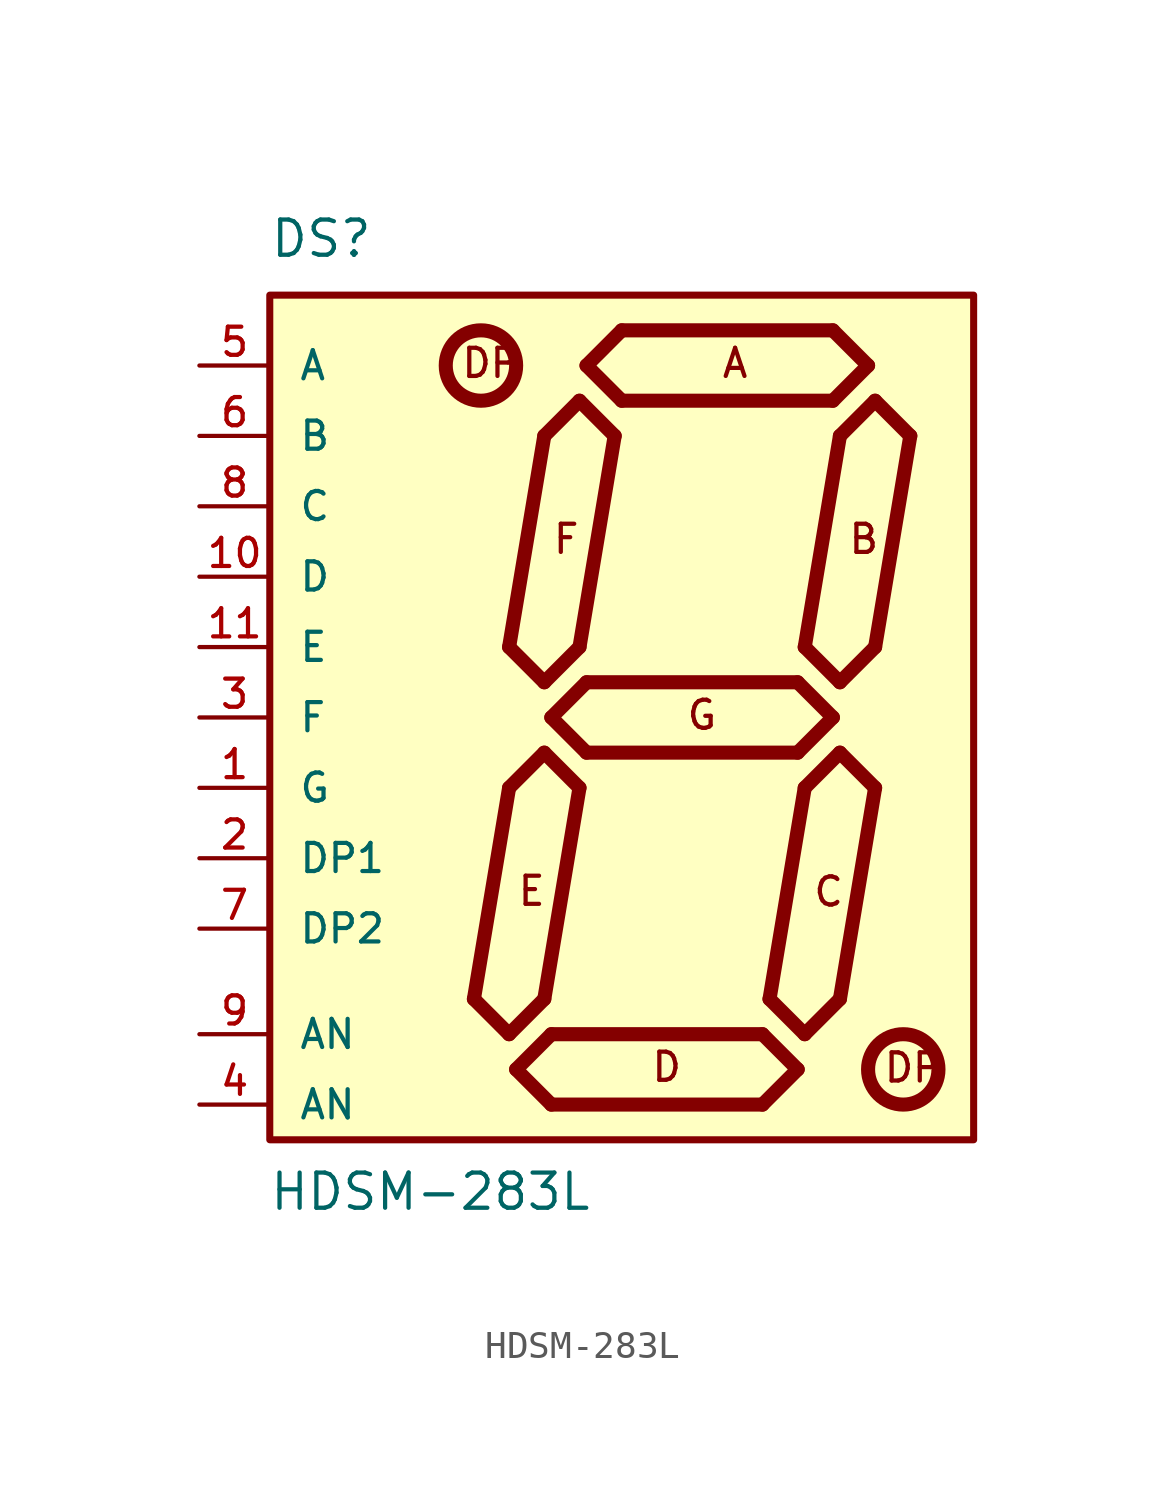
<source format=kicad_sym>
(kicad_symbol_lib
  (version 20211014)
  (generator kicad_symbol_editor)
  (symbol "HDSM-283L"
    (pin_names
      (offset 1.016))
    (property "Reference" "DS"
      (at -15.265 16.535 0)
      (effects (font (size 1.27 1.27)) (justify left bottom)))
    (property "Value" "HDSM-283L"
      (at -15.291 -17.856 0)
      (effects (font (size 1.27 1.27)) (justify left bottom)))
    (symbol "HDSM-283L_0_0"
      (rectangle (start -15.24 -15.24) (end 10.16 15.24) (stroke (width 0.254) (type default) (color 0 0 0 0)) (fill (type background)))
      (circle (center -7.62 12.7) (radius 1.27) (stroke (width 0.508) (type default) (color 0 0 0 0)) (fill (type none)))
      (polyline (pts (xy -7.874 -10.16) (xy -6.604 -11.43)) (stroke (width 0.508) (type default) (color 0 0 0 0)) (fill (type none)))
      (polyline (pts (xy -6.604 -11.43) (xy -5.334 -10.16)) (stroke (width 0.508) (type default) (color 0 0 0 0)) (fill (type none)))
      (polyline (pts (xy -6.604 -2.54) (xy -7.874 -10.16)) (stroke (width 0.508) (type default) (color 0 0 0 0)) (fill (type none)))
      (polyline (pts (xy -6.604 2.54) (xy -5.334 1.27)) (stroke (width 0.508) (type default) (color 0 0 0 0)) (fill (type none)))
      (polyline (pts (xy -6.35 -12.7) (xy -5.08 -13.97)) (stroke (width 0.508) (type default) (color 0 0 0 0)) (fill (type none)))
      (polyline (pts (xy -6.35 -12.7) (xy -5.08 -11.43)) (stroke (width 0.508) (type default) (color 0 0 0 0)) (fill (type none)))
      (polyline (pts (xy -5.334 -10.16) (xy -4.064 -2.54)) (stroke (width 0.508) (type default) (color 0 0 0 0)) (fill (type none)))
      (polyline (pts (xy -5.334 -1.27) (xy -6.604 -2.54)) (stroke (width 0.508) (type default) (color 0 0 0 0)) (fill (type none)))
      (polyline (pts (xy -5.334 -1.27) (xy -4.064 -2.54)) (stroke (width 0.508) (type default) (color 0 0 0 0)) (fill (type none)))
      (polyline (pts (xy -5.334 1.27) (xy -4.064 2.54)) (stroke (width 0.508) (type default) (color 0 0 0 0)) (fill (type none)))
      (polyline (pts (xy -5.334 10.16) (xy -6.604 2.54)) (stroke (width 0.508) (type default) (color 0 0 0 0)) (fill (type none)))
      (polyline (pts (xy -5.08 -13.97) (xy 2.54 -13.97)) (stroke (width 0.508) (type default) (color 0 0 0 0)) (fill (type none)))
      (polyline (pts (xy -5.08 0) (xy -3.81 -1.27)) (stroke (width 0.508) (type default) (color 0 0 0 0)) (fill (type none)))
      (polyline (pts (xy -5.08 0) (xy -3.81 1.27)) (stroke (width 0.508) (type default) (color 0 0 0 0)) (fill (type none)))
      (polyline (pts (xy -4.064 2.54) (xy -2.794 10.16)) (stroke (width 0.508) (type default) (color 0 0 0 0)) (fill (type none)))
      (polyline (pts (xy -4.064 11.43) (xy -5.334 10.16)) (stroke (width 0.508) (type default) (color 0 0 0 0)) (fill (type none)))
      (polyline (pts (xy -4.064 11.43) (xy -2.794 10.16)) (stroke (width 0.508) (type default) (color 0 0 0 0)) (fill (type none)))
      (polyline (pts (xy -3.81 -1.27) (xy 3.81 -1.27)) (stroke (width 0.508) (type default) (color 0 0 0 0)) (fill (type none)))
      (polyline (pts (xy -3.81 12.7) (xy -2.54 13.97)) (stroke (width 0.508) (type default) (color 0 0 0 0)) (fill (type none)))
      (polyline (pts (xy -2.54 11.43) (xy -3.81 12.7)) (stroke (width 0.508) (type default) (color 0 0 0 0)) (fill (type none)))
      (polyline (pts (xy -2.54 13.97) (xy 5.08 13.97)) (stroke (width 0.508) (type default) (color 0 0 0 0)) (fill (type none)))
      (polyline (pts (xy 2.54 -13.97) (xy 3.81 -12.7)) (stroke (width 0.508) (type default) (color 0 0 0 0)) (fill (type none)))
      (polyline (pts (xy 2.54 -11.43) (xy -5.08 -11.43)) (stroke (width 0.508) (type default) (color 0 0 0 0)) (fill (type none)))
      (polyline (pts (xy 2.794 -10.16) (xy 4.064 -11.43)) (stroke (width 0.508) (type default) (color 0 0 0 0)) (fill (type none)))
      (polyline (pts (xy 3.81 -12.7) (xy 2.54 -11.43)) (stroke (width 0.508) (type default) (color 0 0 0 0)) (fill (type none)))
      (polyline (pts (xy 3.81 -1.27) (xy 5.08 0)) (stroke (width 0.508) (type default) (color 0 0 0 0)) (fill (type none)))
      (polyline (pts (xy 3.81 1.27) (xy -3.81 1.27)) (stroke (width 0.508) (type default) (color 0 0 0 0)) (fill (type none)))
      (polyline (pts (xy 4.064 -11.43) (xy 5.334 -10.16)) (stroke (width 0.508) (type default) (color 0 0 0 0)) (fill (type none)))
      (polyline (pts (xy 4.064 -2.54) (xy 2.794 -10.16)) (stroke (width 0.508) (type default) (color 0 0 0 0)) (fill (type none)))
      (polyline (pts (xy 4.064 2.54) (xy 5.334 1.27)) (stroke (width 0.508) (type default) (color 0 0 0 0)) (fill (type none)))
      (polyline (pts (xy 5.08 0) (xy 3.81 1.27)) (stroke (width 0.508) (type default) (color 0 0 0 0)) (fill (type none)))
      (polyline (pts (xy 5.08 11.43) (xy -2.54 11.43)) (stroke (width 0.508) (type default) (color 0 0 0 0)) (fill (type none)))
      (polyline (pts (xy 5.08 13.97) (xy 6.35 12.7)) (stroke (width 0.508) (type default) (color 0 0 0 0)) (fill (type none)))
      (polyline (pts (xy 5.334 -10.16) (xy 6.604 -2.54)) (stroke (width 0.508) (type default) (color 0 0 0 0)) (fill (type none)))
      (polyline (pts (xy 5.334 -1.27) (xy 4.064 -2.54)) (stroke (width 0.508) (type default) (color 0 0 0 0)) (fill (type none)))
      (polyline (pts (xy 5.334 -1.27) (xy 6.604 -2.54)) (stroke (width 0.508) (type default) (color 0 0 0 0)) (fill (type none)))
      (polyline (pts (xy 5.334 1.27) (xy 6.604 2.54)) (stroke (width 0.508) (type default) (color 0 0 0 0)) (fill (type none)))
      (polyline (pts (xy 5.334 10.16) (xy 4.064 2.54)) (stroke (width 0.508) (type default) (color 0 0 0 0)) (fill (type none)))
      (polyline (pts (xy 6.35 12.7) (xy 5.08 11.43)) (stroke (width 0.508) (type default) (color 0 0 0 0)) (fill (type none)))
      (polyline (pts (xy 6.604 2.54) (xy 7.874 10.16)) (stroke (width 0.508) (type default) (color 0 0 0 0)) (fill (type none)))
      (polyline (pts (xy 6.604 11.43) (xy 5.334 10.16)) (stroke (width 0.508) (type default) (color 0 0 0 0)) (fill (type none)))
      (polyline (pts (xy 6.604 11.43) (xy 7.874 10.16)) (stroke (width 0.508) (type default) (color 0 0 0 0)) (fill (type none)))
      (circle (center 7.62 -12.7) (radius 1.27) (stroke (width 0.508) (type default) (color 0 0 0 0)) (fill (type none)))
      (text "A" (at 1.016 12.192 0) (effects (font (size 1.016 1.016)) (justify left bottom)))
      (text "B" (at 5.588 5.842 0) (effects (font (size 1.016 1.016)) (justify left bottom)))
      (text "C" (at 4.318 -6.883 0) (effects (font (size 1.016 1.016)) (justify left bottom)))
      (text "D" (at -1.524 -13.208 0) (effects (font (size 1.016 1.016)) (justify left bottom)))
      (text "DP" (at -8.382 12.192 0) (effects (font (size 1.016 1.016)) (justify left bottom)))
      (text "DP" (at 6.858 -13.233 0) (effects (font (size 1.016 1.016)) (justify left bottom)))
      (text "E" (at -6.35 -6.858 0) (effects (font (size 1.016 1.016)) (justify left bottom)))
      (text "F" (at -5.08 5.842 0) (effects (font (size 1.016 1.016)) (justify left bottom)))
      (text "G" (at -0.254 -0.508 0) (effects (font (size 1.016 1.016)) (justify left bottom)))
      (pin passive line (at -17.78 -2.54 0) (length 2.54) (name "G" (effects (font (size 1.016 1.016)))) (number "1" (effects (font (size 1.016 1.016)))))
      (pin passive line (at -17.78 5.08 0) (length 2.54) (name "D" (effects (font (size 1.016 1.016)))) (number "10" (effects (font (size 1.016 1.016)))))
      (pin passive line (at -17.78 2.54 0) (length 2.54) (name "E" (effects (font (size 1.016 1.016)))) (number "11" (effects (font (size 1.016 1.016)))))
      (pin passive line (at -17.78 -5.08 0) (length 2.54) (name "DP1" (effects (font (size 1.016 1.016)))) (number "2" (effects (font (size 1.016 1.016)))))
      (pin passive line (at -17.78 0 0) (length 2.54) (name "F" (effects (font (size 1.016 1.016)))) (number "3" (effects (font (size 1.016 1.016)))))
      (pin passive line (at -17.78 -13.97 0) (length 2.54) (name "AN" (effects (font (size 1.016 1.016)))) (number "4" (effects (font (size 1.016 1.016)))))
      (pin passive line (at -17.78 12.7 0) (length 2.54) (name "A" (effects (font (size 1.016 1.016)))) (number "5" (effects (font (size 1.016 1.016)))))
      (pin passive line (at -17.78 10.16 0) (length 2.54) (name "B" (effects (font (size 1.016 1.016)))) (number "6" (effects (font (size 1.016 1.016)))))
      (pin passive line (at -17.78 -7.62 0) (length 2.54) (name "DP2" (effects (font (size 1.016 1.016)))) (number "7" (effects (font (size 1.016 1.016)))))
      (pin passive line (at -17.78 7.62 0) (length 2.54) (name "C" (effects (font (size 1.016 1.016)))) (number "8" (effects (font (size 1.016 1.016)))))
      (pin passive line (at -17.78 -11.43 0) (length 2.54) (name "AN" (effects (font (size 1.016 1.016)))) (number "9" (effects (font (size 1.016 1.016))))))))
</source>
